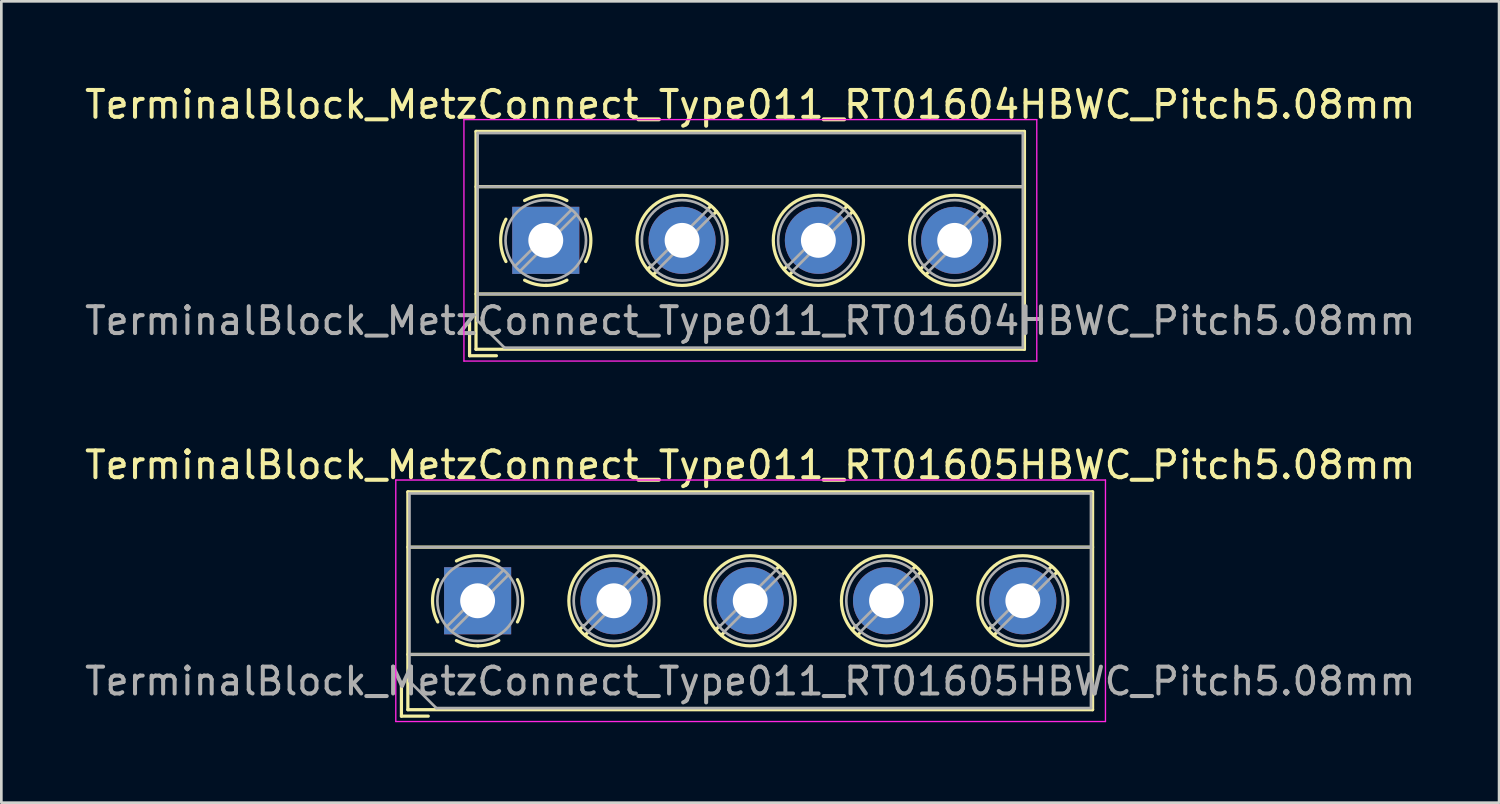
<source format=kicad_pcb>
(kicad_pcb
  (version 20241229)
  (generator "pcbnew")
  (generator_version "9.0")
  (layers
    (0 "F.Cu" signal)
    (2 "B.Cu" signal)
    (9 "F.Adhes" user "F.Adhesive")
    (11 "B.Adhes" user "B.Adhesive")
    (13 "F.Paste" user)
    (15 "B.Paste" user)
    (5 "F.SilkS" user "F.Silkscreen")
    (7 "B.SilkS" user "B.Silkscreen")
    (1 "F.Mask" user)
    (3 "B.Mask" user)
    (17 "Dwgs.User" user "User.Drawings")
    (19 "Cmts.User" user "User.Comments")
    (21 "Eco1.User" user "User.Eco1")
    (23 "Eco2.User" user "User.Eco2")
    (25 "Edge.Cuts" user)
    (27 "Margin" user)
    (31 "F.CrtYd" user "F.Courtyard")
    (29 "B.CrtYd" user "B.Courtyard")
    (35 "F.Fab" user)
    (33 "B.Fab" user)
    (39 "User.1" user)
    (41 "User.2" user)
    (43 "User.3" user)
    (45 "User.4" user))
  (footprint "TerminalBlock_MetzConnect_Type011_RT01604HBWC_Pitch5.08mm"
    (layer "F.Cu")
    (at 17.291 5.908)
    (property "Reference" "TerminalBlock_MetzConnect_Type011_RT01604HBWC_Pitch5.08mm" (at 7.62 -5.06 0) (layer "F.SilkS") (effects (font (size 1 1) (thickness 0.15))))
    (attr through_hole)
    (fp_line (start -2.84 3.06) (end -2.84 4.3) (stroke (width 0.12) (type solid)) (layer "F.SilkS"))
    (fp_line (start -2.84 4.3) (end -1.84 4.3) (stroke (width 0.12) (type solid)) (layer "F.SilkS"))
    (fp_line (start -2.6 -4.06) (end -2.6 4.06) (stroke (width 0.12) (type solid)) (layer "F.SilkS"))
    (fp_line (start -2.6 -2) (end 17.84 -2) (stroke (width 0.12) (type solid)) (layer "F.SilkS"))
    (fp_line (start -2.6 2) (end 17.84 2) (stroke (width 0.12) (type solid)) (layer "F.SilkS"))
    (fp_line (start -2.6 4.06) (end 17.84 4.06) (stroke (width 0.12) (type solid)) (layer "F.SilkS"))
    (fp_line (start 3.947 0.929) (end 3.806 1.069) (stroke (width 0.12) (type solid)) (layer "F.SilkS"))
    (fp_line (start 4.117 1.169) (end 4.011 1.274) (stroke (width 0.12) (type solid)) (layer "F.SilkS"))
    (fp_line (start 6.15 -1.275) (end 6.044 -1.169) (stroke (width 0.12) (type solid)) (layer "F.SilkS"))
    (fp_line (start 6.355 -1.069) (end 6.214 -0.929) (stroke (width 0.12) (type solid)) (layer "F.SilkS"))
    (fp_line (start 9.027 0.929) (end 8.886 1.069) (stroke (width 0.12) (type solid)) (layer "F.SilkS"))
    (fp_line (start 9.197 1.169) (end 9.091 1.274) (stroke (width 0.12) (type solid)) (layer "F.SilkS"))
    (fp_line (start 11.23 -1.275) (end 11.124 -1.169) (stroke (width 0.12) (type solid)) (layer "F.SilkS"))
    (fp_line (start 11.435 -1.069) (end 11.294 -0.929) (stroke (width 0.12) (type solid)) (layer "F.SilkS"))
    (fp_line (start 14.107 0.929) (end 13.966 1.069) (stroke (width 0.12) (type solid)) (layer "F.SilkS"))
    (fp_line (start 14.277 1.169) (end 14.171 1.274) (stroke (width 0.12) (type solid)) (layer "F.SilkS"))
    (fp_line (start 16.31 -1.275) (end 16.204 -1.169) (stroke (width 0.12) (type solid)) (layer "F.SilkS"))
    (fp_line (start 16.515 -1.069) (end 16.374 -0.929) (stroke (width 0.12) (type solid)) (layer "F.SilkS"))
    (fp_line (start 17.84 -4.06) (end -2.6 -4.06) (stroke (width 0.12) (type solid)) (layer "F.SilkS"))
    (fp_line (start 17.84 4.06) (end 17.84 -4.06) (stroke (width 0.12) (type solid)) (layer "F.SilkS"))
    (fp_arc (start -1.483953 0.789089) (mid -1.680708 0.00005) (end -1.484 -0.789) (stroke (width 0.12) (type solid)) (layer "F.SilkS"))
    (fp_arc (start -0.789089 -1.483953) (mid -0.00005 -1.680708) (end 0.789 -1.484) (stroke (width 0.12) (type solid)) (layer "F.SilkS"))
    (fp_arc (start 0.029383 1.68045) (mid -0.392304 1.634281) (end -0.789 1.484) (stroke (width 0.12) (type solid)) (layer "F.SilkS"))
    (fp_arc (start 0.788712 1.483352) (mid 0.406429 1.630097) (end 0 1.68) (stroke (width 0.12) (type solid)) (layer "F.SilkS"))
    (fp_arc (start 1.483953 -0.789089) (mid 1.680708 -0.00005) (end 1.484 0.789) (stroke (width 0.12) (type solid)) (layer "F.SilkS"))
    (fp_circle (center 5.08 0) (end 6.76 0) (stroke (width 0.12) (type solid)) (fill no) (layer "F.SilkS"))
    (fp_circle (center 10.16 0) (end 11.84 0) (stroke (width 0.12) (type solid)) (fill no) (layer "F.SilkS"))
    (fp_circle (center 15.24 0) (end 16.92 0) (stroke (width 0.12) (type solid)) (fill no) (layer "F.SilkS"))
    (fp_line (start -3.05 -4.5) (end -3.05 4.5) (stroke (width 0.05) (type solid)) (layer "F.CrtYd"))
    (fp_line (start -3.05 4.5) (end 18.3 4.5) (stroke (width 0.05) (type solid)) (layer "F.CrtYd"))
    (fp_line (start 18.3 -4.5) (end -3.05 -4.5) (stroke (width 0.05) (type solid)) (layer "F.CrtYd"))
    (fp_line (start 18.3 4.5) (end 18.3 -4.5) (stroke (width 0.05) (type solid)) (layer "F.CrtYd"))
    (fp_line (start -2.54 -4) (end 17.78 -4) (stroke (width 0.1) (type solid)) (layer "F.Fab"))
    (fp_line (start -2.54 -2) (end 17.78 -2) (stroke (width 0.1) (type solid)) (layer "F.Fab"))
    (fp_line (start -2.54 2) (end 17.78 2) (stroke (width 0.1) (type solid)) (layer "F.Fab"))
    (fp_line (start -2.54 3) (end -2.54 -4) (stroke (width 0.1) (type solid)) (layer "F.Fab"))
    (fp_line (start -1.54 4) (end -2.54 3) (stroke (width 0.1) (type solid)) (layer "F.Fab"))
    (fp_line (start 0.955 -1.138) (end -1.138 0.955) (stroke (width 0.1) (type solid)) (layer "F.Fab"))
    (fp_line (start 1.138 -0.955) (end -0.955 1.138) (stroke (width 0.1) (type solid)) (layer "F.Fab"))
    (fp_line (start 6.035 -1.138) (end 3.943 0.955) (stroke (width 0.1) (type solid)) (layer "F.Fab"))
    (fp_line (start 6.218 -0.955) (end 4.126 1.138) (stroke (width 0.1) (type solid)) (layer "F.Fab"))
    (fp_line (start 11.115 -1.138) (end 9.023 0.955) (stroke (width 0.1) (type solid)) (layer "F.Fab"))
    (fp_line (start 11.298 -0.955) (end 9.206 1.138) (stroke (width 0.1) (type solid)) (layer "F.Fab"))
    (fp_line (start 16.195 -1.138) (end 14.103 0.955) (stroke (width 0.1) (type solid)) (layer "F.Fab"))
    (fp_line (start 16.378 -0.955) (end 14.286 1.138) (stroke (width 0.1) (type solid)) (layer "F.Fab"))
    (fp_line (start 17.78 -4) (end 17.78 4) (stroke (width 0.1) (type solid)) (layer "F.Fab"))
    (fp_line (start 17.78 4) (end -1.54 4) (stroke (width 0.1) (type solid)) (layer "F.Fab"))
    (fp_circle (center 0 0) (end 1.5 0) (stroke (width 0.1) (type solid)) (fill no) (layer "F.Fab"))
    (fp_circle (center 5.08 0) (end 6.58 0) (stroke (width 0.1) (type solid)) (fill no) (layer "F.Fab"))
    (fp_circle (center 10.16 0) (end 11.66 0) (stroke (width 0.1) (type solid)) (fill no) (layer "F.Fab"))
    (fp_circle (center 15.24 0) (end 16.74 0) (stroke (width 0.1) (type solid)) (fill no) (layer "F.Fab"))
    (fp_text user "${REFERENCE}" (at 7.62 3 0) (layer "F.Fab") (effects (font (size 1 1) (thickness 0.15))))
    (pad "1" thru_hole rect (at 0 0) (size 2.5 2.5) (drill 1.3) (layers "*.Cu" "*.Mask"))
    (pad "2" thru_hole oval (at 5.08 0) (size 2.5 2.5) (drill 1.3) (layers "*.Cu" "*.Mask"))
    (pad "3" thru_hole oval (at 10.16 0) (size 2.5 2.5) (drill 1.3) (layers "*.Cu" "*.Mask"))
    (pad "4" thru_hole oval (at 15.24 0) (size 2.5 2.5) (drill 1.3) (layers "*.Cu" "*.Mask")))
  (footprint "TerminalBlock_MetzConnect_Type011_RT01605HBWC_Pitch5.08mm"
    (layer "F.Cu")
    (at 14.751 19.341)
    (property "Reference" "TerminalBlock_MetzConnect_Type011_RT01605HBWC_Pitch5.08mm" (at 10.16 -5.06 0) (layer "F.SilkS") (effects (font (size 1 1) (thickness 0.15))))
    (attr through_hole)
    (fp_line (start -2.84 3.06) (end -2.84 4.3) (stroke (width 0.12) (type solid)) (layer "F.SilkS"))
    (fp_line (start -2.84 4.3) (end -1.84 4.3) (stroke (width 0.12) (type solid)) (layer "F.SilkS"))
    (fp_line (start -2.6 -4.06) (end -2.6 4.06) (stroke (width 0.12) (type solid)) (layer "F.SilkS"))
    (fp_line (start -2.6 -2) (end 22.92 -2) (stroke (width 0.12) (type solid)) (layer "F.SilkS"))
    (fp_line (start -2.6 2) (end 22.92 2) (stroke (width 0.12) (type solid)) (layer "F.SilkS"))
    (fp_line (start -2.6 4.06) (end 22.92 4.06) (stroke (width 0.12) (type solid)) (layer "F.SilkS"))
    (fp_line (start 3.947 0.929) (end 3.806 1.069) (stroke (width 0.12) (type solid)) (layer "F.SilkS"))
    (fp_line (start 4.117 1.169) (end 4.011 1.274) (stroke (width 0.12) (type solid)) (layer "F.SilkS"))
    (fp_line (start 6.15 -1.275) (end 6.044 -1.169) (stroke (width 0.12) (type solid)) (layer "F.SilkS"))
    (fp_line (start 6.355 -1.069) (end 6.214 -0.929) (stroke (width 0.12) (type solid)) (layer "F.SilkS"))
    (fp_line (start 9.027 0.929) (end 8.886 1.069) (stroke (width 0.12) (type solid)) (layer "F.SilkS"))
    (fp_line (start 9.197 1.169) (end 9.091 1.274) (stroke (width 0.12) (type solid)) (layer "F.SilkS"))
    (fp_line (start 11.23 -1.275) (end 11.124 -1.169) (stroke (width 0.12) (type solid)) (layer "F.SilkS"))
    (fp_line (start 11.435 -1.069) (end 11.294 -0.929) (stroke (width 0.12) (type solid)) (layer "F.SilkS"))
    (fp_line (start 14.107 0.929) (end 13.966 1.069) (stroke (width 0.12) (type solid)) (layer "F.SilkS"))
    (fp_line (start 14.277 1.169) (end 14.171 1.274) (stroke (width 0.12) (type solid)) (layer "F.SilkS"))
    (fp_line (start 16.31 -1.275) (end 16.204 -1.169) (stroke (width 0.12) (type solid)) (layer "F.SilkS"))
    (fp_line (start 16.515 -1.069) (end 16.374 -0.929) (stroke (width 0.12) (type solid)) (layer "F.SilkS"))
    (fp_line (start 19.187 0.929) (end 19.046 1.069) (stroke (width 0.12) (type solid)) (layer "F.SilkS"))
    (fp_line (start 19.357 1.169) (end 19.251 1.274) (stroke (width 0.12) (type solid)) (layer "F.SilkS"))
    (fp_line (start 21.39 -1.275) (end 21.284 -1.169) (stroke (width 0.12) (type solid)) (layer "F.SilkS"))
    (fp_line (start 21.595 -1.069) (end 21.454 -0.929) (stroke (width 0.12) (type solid)) (layer "F.SilkS"))
    (fp_line (start 22.92 -4.06) (end -2.6 -4.06) (stroke (width 0.12) (type solid)) (layer "F.SilkS"))
    (fp_line (start 22.92 4.06) (end 22.92 -4.06) (stroke (width 0.12) (type solid)) (layer "F.SilkS"))
    (fp_arc (start -1.483953 0.789089) (mid -1.680708 0.00005) (end -1.484 -0.789) (stroke (width 0.12) (type solid)) (layer "F.SilkS"))
    (fp_arc (start -0.789089 -1.483953) (mid -0.00005 -1.680708) (end 0.789 -1.484) (stroke (width 0.12) (type solid)) (layer "F.SilkS"))
    (fp_arc (start 0.029383 1.68045) (mid -0.392304 1.634281) (end -0.789 1.484) (stroke (width 0.12) (type solid)) (layer "F.SilkS"))
    (fp_arc (start 0.788712 1.483352) (mid 0.406429 1.630097) (end 0 1.68) (stroke (width 0.12) (type solid)) (layer "F.SilkS"))
    (fp_arc (start 1.483953 -0.789089) (mid 1.680708 -0.00005) (end 1.484 0.789) (stroke (width 0.12) (type solid)) (layer "F.SilkS"))
    (fp_circle (center 5.08 0) (end 6.76 0) (stroke (width 0.12) (type solid)) (fill no) (layer "F.SilkS"))
    (fp_circle (center 10.16 0) (end 11.84 0) (stroke (width 0.12) (type solid)) (fill no) (layer "F.SilkS"))
    (fp_circle (center 15.24 0) (end 16.92 0) (stroke (width 0.12) (type solid)) (fill no) (layer "F.SilkS"))
    (fp_circle (center 20.32 0) (end 22 0) (stroke (width 0.12) (type solid)) (fill no) (layer "F.SilkS"))
    (fp_line (start -3.05 -4.5) (end -3.05 4.5) (stroke (width 0.05) (type solid)) (layer "F.CrtYd"))
    (fp_line (start -3.05 4.5) (end 23.4 4.5) (stroke (width 0.05) (type solid)) (layer "F.CrtYd"))
    (fp_line (start 23.4 -4.5) (end -3.05 -4.5) (stroke (width 0.05) (type solid)) (layer "F.CrtYd"))
    (fp_line (start 23.4 4.5) (end 23.4 -4.5) (stroke (width 0.05) (type solid)) (layer "F.CrtYd"))
    (fp_line (start -2.54 -4) (end 22.86 -4) (stroke (width 0.1) (type solid)) (layer "F.Fab"))
    (fp_line (start -2.54 -2) (end 22.86 -2) (stroke (width 0.1) (type solid)) (layer "F.Fab"))
    (fp_line (start -2.54 2) (end 22.86 2) (stroke (width 0.1) (type solid)) (layer "F.Fab"))
    (fp_line (start -2.54 3) (end -2.54 -4) (stroke (width 0.1) (type solid)) (layer "F.Fab"))
    (fp_line (start -1.54 4) (end -2.54 3) (stroke (width 0.1) (type solid)) (layer "F.Fab"))
    (fp_line (start 0.955 -1.138) (end -1.138 0.955) (stroke (width 0.1) (type solid)) (layer "F.Fab"))
    (fp_line (start 1.138 -0.955) (end -0.955 1.138) (stroke (width 0.1) (type solid)) (layer "F.Fab"))
    (fp_line (start 6.035 -1.138) (end 3.943 0.955) (stroke (width 0.1) (type solid)) (layer "F.Fab"))
    (fp_line (start 6.218 -0.955) (end 4.126 1.138) (stroke (width 0.1) (type solid)) (layer "F.Fab"))
    (fp_line (start 11.115 -1.138) (end 9.023 0.955) (stroke (width 0.1) (type solid)) (layer "F.Fab"))
    (fp_line (start 11.298 -0.955) (end 9.206 1.138) (stroke (width 0.1) (type solid)) (layer "F.Fab"))
    (fp_line (start 16.195 -1.138) (end 14.103 0.955) (stroke (width 0.1) (type solid)) (layer "F.Fab"))
    (fp_line (start 16.378 -0.955) (end 14.286 1.138) (stroke (width 0.1) (type solid)) (layer "F.Fab"))
    (fp_line (start 21.275 -1.138) (end 19.183 0.955) (stroke (width 0.1) (type solid)) (layer "F.Fab"))
    (fp_line (start 21.458 -0.955) (end 19.366 1.138) (stroke (width 0.1) (type solid)) (layer "F.Fab"))
    (fp_line (start 22.86 -4) (end 22.86 4) (stroke (width 0.1) (type solid)) (layer "F.Fab"))
    (fp_line (start 22.86 4) (end -1.54 4) (stroke (width 0.1) (type solid)) (layer "F.Fab"))
    (fp_circle (center 0 0) (end 1.5 0) (stroke (width 0.1) (type solid)) (fill no) (layer "F.Fab"))
    (fp_circle (center 5.08 0) (end 6.58 0) (stroke (width 0.1) (type solid)) (fill no) (layer "F.Fab"))
    (fp_circle (center 10.16 0) (end 11.66 0) (stroke (width 0.1) (type solid)) (fill no) (layer "F.Fab"))
    (fp_circle (center 15.24 0) (end 16.74 0) (stroke (width 0.1) (type solid)) (fill no) (layer "F.Fab"))
    (fp_circle (center 20.32 0) (end 21.82 0) (stroke (width 0.1) (type solid)) (fill no) (layer "F.Fab"))
    (fp_text user "${REFERENCE}" (at 10.16 3 0) (layer "F.Fab") (effects (font (size 1 1) (thickness 0.15))))
    (pad "1" thru_hole rect (at 0 0) (size 2.5 2.5) (drill 1.3) (layers "*.Cu" "*.Mask"))
    (pad "2" thru_hole oval (at 5.08 0) (size 2.5 2.5) (drill 1.3) (layers "*.Cu" "*.Mask"))
    (pad "3" thru_hole oval (at 10.16 0) (size 2.5 2.5) (drill 1.3) (layers "*.Cu" "*.Mask"))
    (pad "4" thru_hole oval (at 15.24 0) (size 2.5 2.5) (drill 1.3) (layers "*.Cu" "*.Mask"))
    (pad "5" thru_hole oval (at 20.32 0) (size 2.5 2.5) (drill 1.3) (layers "*.Cu" "*.Mask")))
  (gr_rect
    (start -3 -3)
    (end 52.821 26.866)
    (stroke (width 0.1) (type default))
    (fill no)
    (layer "Edge.Cuts")))
</source>
